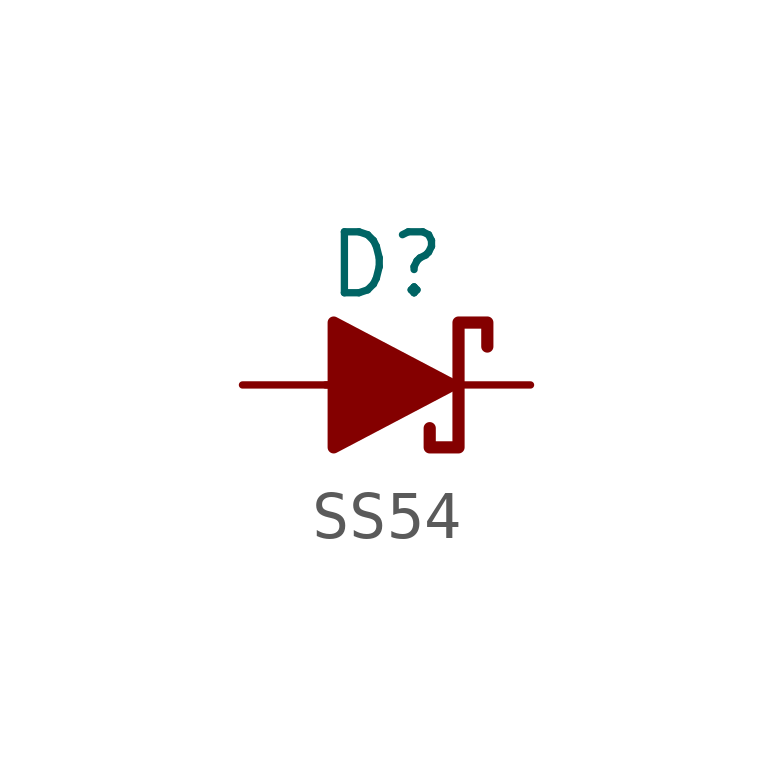
<source format=kicad_sym>
(kicad_symbol_lib
  (version 20241209)
  (generator "kicad_symbol_editor")
  (generator_version "9.0")
  (symbol "SS54"
    (pin_numbers
      (hide yes))
    (pin_names
      (offset 0)
      (hide yes))
    (property "Reference" "D"
      (at 3 2.5 0)
      (effects (font (size 1.27 1.27))))
    (property "Value" ""
      (at 0 0 0)
      (effects (font (size 1.27 1.27))))
    (symbol "SS54_0_1"
      (polyline (pts (xy 1.73 0) (xy 4.27 0)) (stroke (width 0) (type default)) (fill (type none)))
      (polyline (pts (xy 1.9 -1.3) (xy 1.9 1.3) (xy 4.37 0) (xy 1.9 -1.3)) (stroke (width 0.254) (type default)) (fill (type outline)))
      (polyline (pts (xy 3.9 -0.9) (xy 3.9 -1.3) (xy 4.5 -1.3) (xy 4.5 1.3) (xy 5.1 1.3) (xy 5.1 0.8)) (stroke (width 0.254) (type default)) (fill (type none))))
    (symbol "SS54_1_1"
      (pin passive line (at 0 0 0) (length 2.54) (name "A" (effects (font (size 1.25 1.25)))) (number "A" (effects (font (size 1.25 1.25)))))
      (pin passive line (at 6 0 180) (length 2.6) (name "K" (effects (font (size 1.25 1.25)))) (number "K" (effects (font (size 1.25 1.25))))))))
</source>
